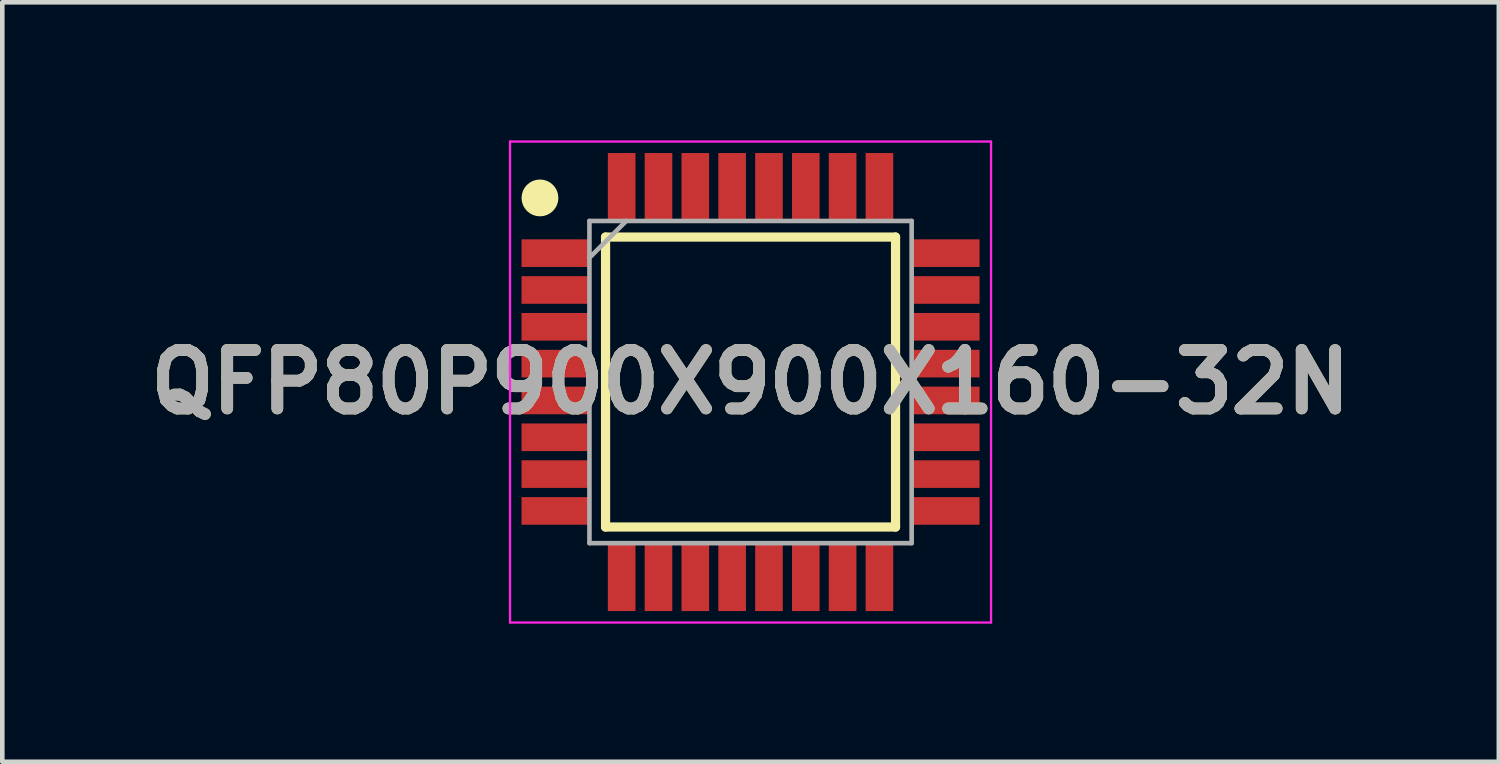
<source format=kicad_pcb>
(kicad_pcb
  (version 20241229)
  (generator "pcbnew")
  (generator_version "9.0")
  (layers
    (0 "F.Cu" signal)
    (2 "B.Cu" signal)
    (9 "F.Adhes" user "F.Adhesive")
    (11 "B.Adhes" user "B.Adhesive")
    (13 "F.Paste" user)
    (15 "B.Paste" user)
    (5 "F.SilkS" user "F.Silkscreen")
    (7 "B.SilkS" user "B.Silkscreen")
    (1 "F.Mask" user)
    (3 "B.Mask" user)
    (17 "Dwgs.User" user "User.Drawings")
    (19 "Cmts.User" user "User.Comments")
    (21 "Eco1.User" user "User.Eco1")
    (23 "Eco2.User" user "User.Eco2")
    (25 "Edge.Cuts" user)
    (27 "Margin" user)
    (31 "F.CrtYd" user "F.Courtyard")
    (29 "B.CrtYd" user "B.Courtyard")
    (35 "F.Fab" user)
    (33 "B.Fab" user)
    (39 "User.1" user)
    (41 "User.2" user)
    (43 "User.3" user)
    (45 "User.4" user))
  (footprint "QFP80P900X900X160-32N"
    (layer "F.Cu")
    (at 13.256 5.25)
    (property "Reference" "QFP80P900X900X160-32N" (at 0 0 0) (layer "F.SilkS") (effects (font (size 1.27 1.27) (thickness 0.254))))
    (attr smd)
    (fp_line (start -3.15 -3.15) (end 3.15 -3.15) (stroke (width 0.2) (type solid)) (layer "F.SilkS"))
    (fp_line (start -3.15 3.15) (end -3.15 -3.15) (stroke (width 0.2) (type solid)) (layer "F.SilkS"))
    (fp_line (start 3.15 -3.15) (end 3.15 3.15) (stroke (width 0.2) (type solid)) (layer "F.SilkS"))
    (fp_line (start 3.15 3.15) (end -3.15 3.15) (stroke (width 0.2) (type solid)) (layer "F.SilkS"))
    (fp_circle (center -4.575 -4) (end -4.575 -3.8) (stroke (width 0.4) (type solid)) (fill no) (layer "F.SilkS"))
    (fp_line (start -5.225 -5.225) (end 5.225 -5.225) (stroke (width 0.05) (type solid)) (layer "F.CrtYd"))
    (fp_line (start -5.225 5.225) (end -5.225 -5.225) (stroke (width 0.05) (type solid)) (layer "F.CrtYd"))
    (fp_line (start 5.225 -5.225) (end 5.225 5.225) (stroke (width 0.05) (type solid)) (layer "F.CrtYd"))
    (fp_line (start 5.225 5.225) (end -5.225 5.225) (stroke (width 0.05) (type solid)) (layer "F.CrtYd"))
    (fp_line (start -3.5 -3.5) (end 3.5 -3.5) (stroke (width 0.1) (type solid)) (layer "F.Fab"))
    (fp_line (start -3.5 -2.7) (end -2.7 -3.5) (stroke (width 0.1) (type solid)) (layer "F.Fab"))
    (fp_line (start -3.5 3.5) (end -3.5 -3.5) (stroke (width 0.1) (type solid)) (layer "F.Fab"))
    (fp_line (start 3.5 -3.5) (end 3.5 3.5) (stroke (width 0.1) (type solid)) (layer "F.Fab"))
    (fp_line (start 3.5 3.5) (end -3.5 3.5) (stroke (width 0.1) (type solid)) (layer "F.Fab"))
    (fp_text user "${REFERENCE}" (at 0 0 0) (layer "F.Fab") (effects (font (size 1.27 1.27) (thickness 0.254))))
    (pad "1" smd rect (at -4.238 -2.8 90) (size 0.6 1.475) (layers "F.Cu" "F.Mask" "F.Paste"))
    (pad "2" smd rect (at -4.238 -2 90) (size 0.6 1.475) (layers "F.Cu" "F.Mask" "F.Paste"))
    (pad "3" smd rect (at -4.238 -1.2 90) (size 0.6 1.475) (layers "F.Cu" "F.Mask" "F.Paste"))
    (pad "4" smd rect (at -4.238 -0.4 90) (size 0.6 1.475) (layers "F.Cu" "F.Mask" "F.Paste"))
    (pad "5" smd rect (at -4.238 0.4 90) (size 0.6 1.475) (layers "F.Cu" "F.Mask" "F.Paste"))
    (pad "6" smd rect (at -4.238 1.2 90) (size 0.6 1.475) (layers "F.Cu" "F.Mask" "F.Paste"))
    (pad "7" smd rect (at -4.238 2 90) (size 0.6 1.475) (layers "F.Cu" "F.Mask" "F.Paste"))
    (pad "8" smd rect (at -4.238 2.8 90) (size 0.6 1.475) (layers "F.Cu" "F.Mask" "F.Paste"))
    (pad "9" smd rect (at -2.8 4.238) (size 0.6 1.475) (layers "F.Cu" "F.Mask" "F.Paste"))
    (pad "10" smd rect (at -2 4.238) (size 0.6 1.475) (layers "F.Cu" "F.Mask" "F.Paste"))
    (pad "11" smd rect (at -1.2 4.238) (size 0.6 1.475) (layers "F.Cu" "F.Mask" "F.Paste"))
    (pad "12" smd rect (at -0.4 4.238) (size 0.6 1.475) (layers "F.Cu" "F.Mask" "F.Paste"))
    (pad "13" smd rect (at 0.4 4.238) (size 0.6 1.475) (layers "F.Cu" "F.Mask" "F.Paste"))
    (pad "14" smd rect (at 1.2 4.238) (size 0.6 1.475) (layers "F.Cu" "F.Mask" "F.Paste"))
    (pad "15" smd rect (at 2 4.238) (size 0.6 1.475) (layers "F.Cu" "F.Mask" "F.Paste"))
    (pad "16" smd rect (at 2.8 4.238) (size 0.6 1.475) (layers "F.Cu" "F.Mask" "F.Paste"))
    (pad "17" smd rect (at 4.238 2.8 90) (size 0.6 1.475) (layers "F.Cu" "F.Mask" "F.Paste"))
    (pad "18" smd rect (at 4.238 2 90) (size 0.6 1.475) (layers "F.Cu" "F.Mask" "F.Paste"))
    (pad "19" smd rect (at 4.238 1.2 90) (size 0.6 1.475) (layers "F.Cu" "F.Mask" "F.Paste"))
    (pad "20" smd rect (at 4.238 0.4 90) (size 0.6 1.475) (layers "F.Cu" "F.Mask" "F.Paste"))
    (pad "21" smd rect (at 4.238 -0.4 90) (size 0.6 1.475) (layers "F.Cu" "F.Mask" "F.Paste"))
    (pad "22" smd rect (at 4.238 -1.2 90) (size 0.6 1.475) (layers "F.Cu" "F.Mask" "F.Paste"))
    (pad "23" smd rect (at 4.238 -2 90) (size 0.6 1.475) (layers "F.Cu" "F.Mask" "F.Paste"))
    (pad "24" smd rect (at 4.238 -2.8 90) (size 0.6 1.475) (layers "F.Cu" "F.Mask" "F.Paste"))
    (pad "25" smd rect (at 2.8 -4.238) (size 0.6 1.475) (layers "F.Cu" "F.Mask" "F.Paste"))
    (pad "26" smd rect (at 2 -4.238) (size 0.6 1.475) (layers "F.Cu" "F.Mask" "F.Paste"))
    (pad "27" smd rect (at 1.2 -4.238) (size 0.6 1.475) (layers "F.Cu" "F.Mask" "F.Paste"))
    (pad "28" smd rect (at 0.4 -4.238) (size 0.6 1.475) (layers "F.Cu" "F.Mask" "F.Paste"))
    (pad "29" smd rect (at -0.4 -4.238) (size 0.6 1.475) (layers "F.Cu" "F.Mask" "F.Paste"))
    (pad "30" smd rect (at -1.2 -4.238) (size 0.6 1.475) (layers "F.Cu" "F.Mask" "F.Paste"))
    (pad "31" smd rect (at -2 -4.238) (size 0.6 1.475) (layers "F.Cu" "F.Mask" "F.Paste"))
    (pad "32" smd rect (at -2.8 -4.238) (size 0.6 1.475) (layers "F.Cu" "F.Mask" "F.Paste")))
  (gr_rect
    (start -3 -3)
    (end 29.513 13.5)
    (stroke (width 0.1) (type default))
    (fill no)
    (layer "Edge.Cuts")))
</source>
